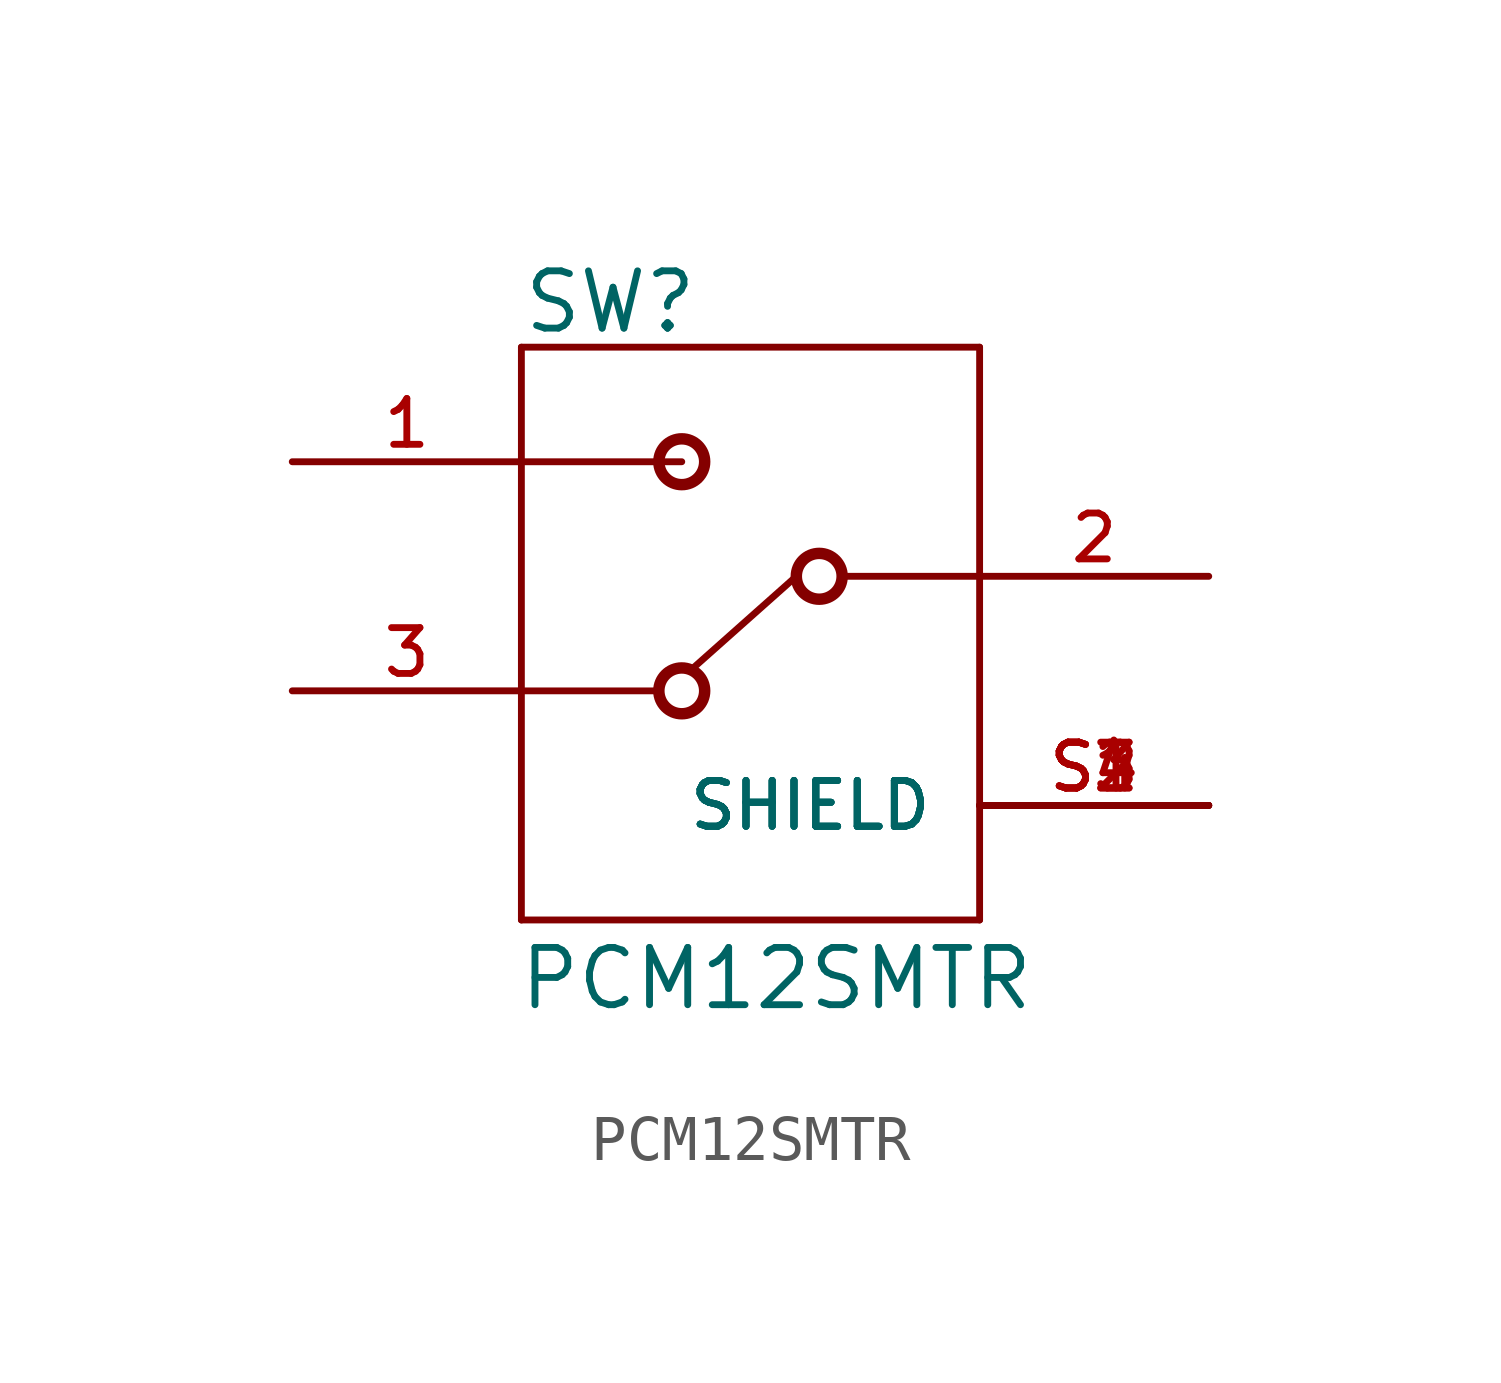
<source format=kicad_sym>
(kicad_symbol_lib
  (version 20211014)
  (generator kicad_symbol_editor)
  (symbol "PCM12SMTR"
    (pin_names
      (offset 1.016))
    (property "Reference" "SW"
      (at -5.084 5.339 0)
      (effects (font (size 1.27 1.27)) (justify bottom left)))
    (property "Value" "PCM12SMTR"
      (at -5.181 -9.662 0)
      (effects (font (size 1.27 1.27)) (justify bottom left)))
    (symbol "PCM12SMTR_0_0"
      (circle (center -1.524 2.54) (radius 0.508) (stroke (width 0.254)) (fill (type none)))
      (circle (center -1.524 -2.54) (radius 0.508) (stroke (width 0.254)) (fill (type none)))
      (circle (center 1.524 0.0) (radius 0.508) (stroke (width 0.254)) (fill (type none)))
      (polyline (pts (xy -5.08 5.08) (xy -5.08 2.54)) (stroke (width 0.152)))
      (polyline (pts (xy -5.08 2.54) (xy -5.08 -2.54)) (stroke (width 0.152)))
      (polyline (pts (xy -5.08 -2.54) (xy -5.08 -7.62)) (stroke (width 0.152)))
      (polyline (pts (xy -5.08 -7.62) (xy 5.08 -7.62)) (stroke (width 0.152)))
      (polyline (pts (xy 5.08 -7.62) (xy 5.08 0.0)) (stroke (width 0.152)))
      (polyline (pts (xy 5.08 0.0) (xy 5.08 5.08)) (stroke (width 0.152)))
      (polyline (pts (xy 5.08 5.08) (xy -5.08 5.08)) (stroke (width 0.152)))
      (polyline (pts (xy -5.08 2.54) (xy -1.524 2.54)) (stroke (width 0.152)))
      (polyline (pts (xy -5.08 -2.54) (xy -2.032 -2.54)) (stroke (width 0.152)))
      (polyline (pts (xy 2.032 0.0) (xy 5.08 0.0)) (stroke (width 0.152)))
      (polyline (pts (xy 1.016 0.0) (xy -1.27 -2.032)) (stroke (width 0.152)))
      (pin passive line (at -10.16 2.54 0) (length 5.08) (name "~" (effects (font (size 1.016 1.016)))) (number "1" (effects (font (size 1.016 1.016)))))
      (pin passive line (at -10.16 -2.54 0) (length 5.08) (name "~" (effects (font (size 1.016 1.016)))) (number "3" (effects (font (size 1.016 1.016)))))
      (pin passive line (at 10.16 0.0 180.0) (length 5.08) (name "~" (effects (font (size 1.016 1.016)))) (number "2" (effects (font (size 1.016 1.016)))))
      (pin passive line (at 10.16 -5.08 180.0) (length 5.08) (name "SHIELD" (effects (font (size 1.016 1.016)))) (number "S1" (effects (font (size 1.016 1.016)))))
      (pin passive line (at 10.16 -5.08 180.0) (length 5.08) (name "SHIELD" (effects (font (size 1.016 1.016)))) (number "S2" (effects (font (size 1.016 1.016)))))
      (pin passive line (at 10.16 -5.08 180.0) (length 5.08) (name "SHIELD" (effects (font (size 1.016 1.016)))) (number "S3" (effects (font (size 1.016 1.016)))))
      (pin passive line (at 10.16 -5.08 180.0) (length 5.08) (name "SHIELD" (effects (font (size 1.016 1.016)))) (number "S4" (effects (font (size 1.016 1.016))))))))
</source>
